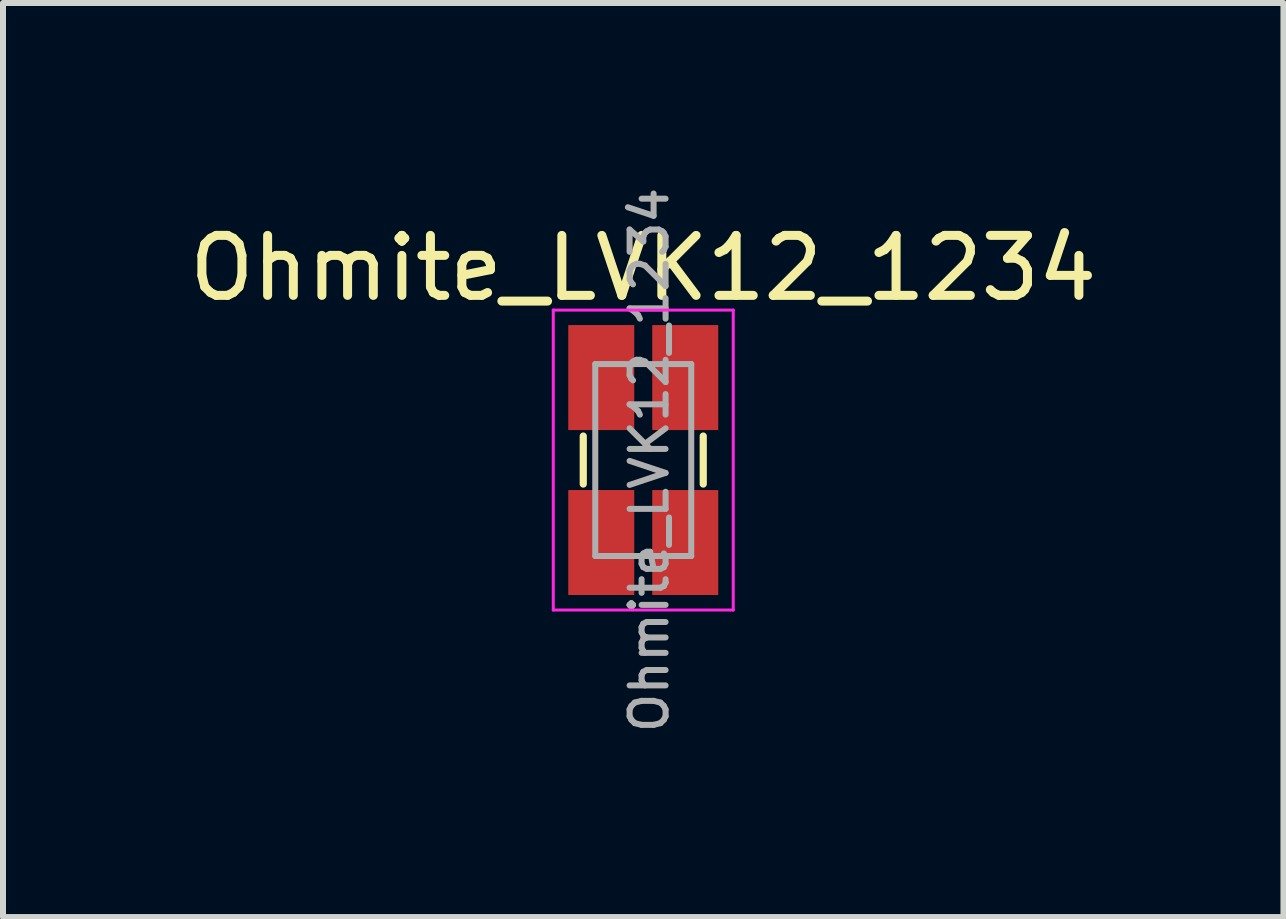
<source format=kicad_pcb>
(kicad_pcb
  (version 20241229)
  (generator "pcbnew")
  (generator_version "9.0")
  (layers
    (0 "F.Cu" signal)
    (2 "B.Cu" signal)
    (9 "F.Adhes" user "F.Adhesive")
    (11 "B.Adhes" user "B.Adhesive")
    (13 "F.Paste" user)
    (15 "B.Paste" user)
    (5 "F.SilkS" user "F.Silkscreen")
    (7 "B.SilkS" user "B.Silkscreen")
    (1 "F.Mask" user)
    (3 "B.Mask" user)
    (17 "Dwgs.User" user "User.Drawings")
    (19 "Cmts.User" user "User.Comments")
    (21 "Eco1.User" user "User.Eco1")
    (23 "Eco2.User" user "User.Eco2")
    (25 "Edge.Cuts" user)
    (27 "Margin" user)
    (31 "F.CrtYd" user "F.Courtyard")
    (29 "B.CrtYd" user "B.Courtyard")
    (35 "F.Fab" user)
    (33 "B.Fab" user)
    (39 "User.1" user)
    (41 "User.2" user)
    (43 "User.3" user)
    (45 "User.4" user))
  (footprint "Ohmite_LVK12_1234"
    (layer "F.Cu")
    (at 7.673 4.619)
    (property "Reference" "Ohmite_LVK12_1234" (at 0 -3.2 180) (layer "F.SilkS") (effects (font (size 1 1) (thickness 0.15))))
    (attr smd)
    (fp_line (start -1 0.4) (end -1 -0.4) (stroke (width 0.12) (type solid)) (layer "F.SilkS"))
    (fp_line (start 1 -0.4) (end 1 0.4) (stroke (width 0.12) (type solid)) (layer "F.SilkS"))
    (fp_line (start -1.5 -2.5) (end 1.5 -2.5) (stroke (width 0.05) (type solid)) (layer "F.CrtYd"))
    (fp_line (start -1.5 2.5) (end -1.5 -2.5) (stroke (width 0.05) (type solid)) (layer "F.CrtYd"))
    (fp_line (start 1.5 -2.5) (end 1.5 2.5) (stroke (width 0.05) (type solid)) (layer "F.CrtYd"))
    (fp_line (start 1.5 2.5) (end -1.5 2.5) (stroke (width 0.05) (type solid)) (layer "F.CrtYd"))
    (fp_line (start -0.8 -1.6) (end -0.8 1.6) (stroke (width 0.1) (type solid)) (layer "F.Fab"))
    (fp_line (start -0.8 1.6) (end 0.8 1.6) (stroke (width 0.1) (type solid)) (layer "F.Fab"))
    (fp_line (start 0.8 -1.6) (end -0.8 -1.6) (stroke (width 0.1) (type solid)) (layer "F.Fab"))
    (fp_line (start 0.8 1.6) (end 0.8 -1.6) (stroke (width 0.1) (type solid)) (layer "F.Fab"))
    (fp_text user "${REFERENCE}" (at 0.1 0 90) (layer "F.Fab") (effects (font (size 0.6 0.6) (thickness 0.1))))
    (pad "1" smd rect (at -0.7 1.375) (size 1.1 1.75) (layers "F.Cu" "F.Mask" "F.Paste"))
    (pad "2" smd rect (at 0.7 1.375) (size 1.1 1.75) (layers "F.Cu" "F.Mask" "F.Paste"))
    (pad "3" smd rect (at 0.7 -1.375) (size 1.1 1.75) (layers "F.Cu" "F.Mask" "F.Paste"))
    (pad "4" smd rect (at -0.7 -1.375) (size 1.1 1.75) (layers "F.Cu" "F.Mask" "F.Paste")))
  (gr_rect
    (start -3 -3)
    (end 18.345 12.237)
    (stroke (width 0.1) (type default))
    (fill no)
    (layer "Edge.Cuts")))
</source>
